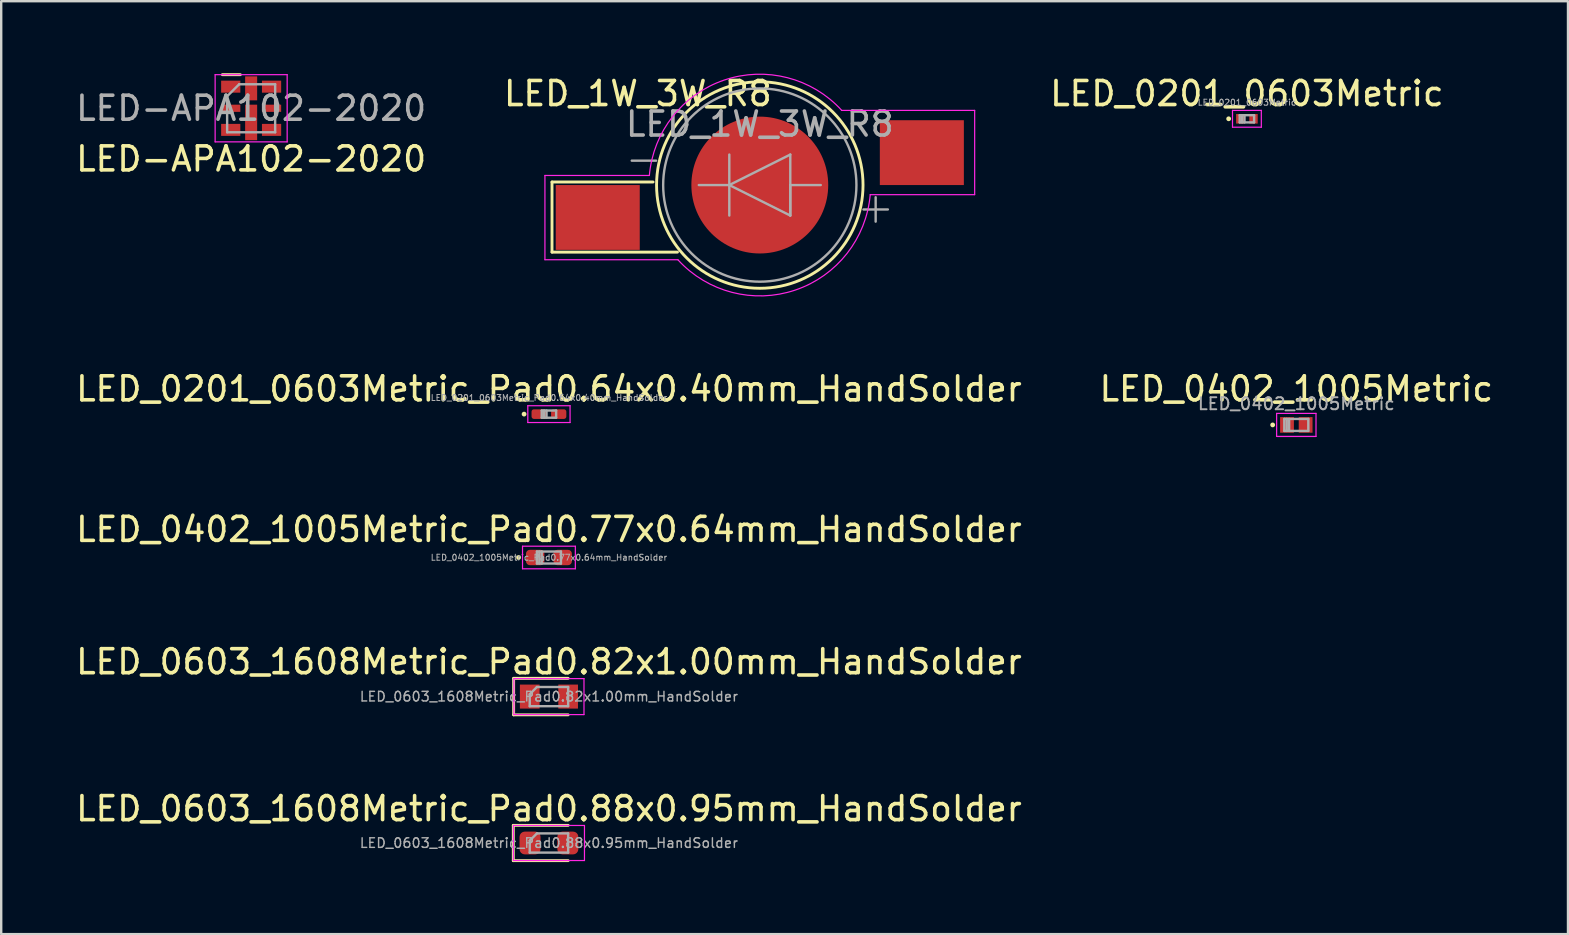
<source format=kicad_pcb>
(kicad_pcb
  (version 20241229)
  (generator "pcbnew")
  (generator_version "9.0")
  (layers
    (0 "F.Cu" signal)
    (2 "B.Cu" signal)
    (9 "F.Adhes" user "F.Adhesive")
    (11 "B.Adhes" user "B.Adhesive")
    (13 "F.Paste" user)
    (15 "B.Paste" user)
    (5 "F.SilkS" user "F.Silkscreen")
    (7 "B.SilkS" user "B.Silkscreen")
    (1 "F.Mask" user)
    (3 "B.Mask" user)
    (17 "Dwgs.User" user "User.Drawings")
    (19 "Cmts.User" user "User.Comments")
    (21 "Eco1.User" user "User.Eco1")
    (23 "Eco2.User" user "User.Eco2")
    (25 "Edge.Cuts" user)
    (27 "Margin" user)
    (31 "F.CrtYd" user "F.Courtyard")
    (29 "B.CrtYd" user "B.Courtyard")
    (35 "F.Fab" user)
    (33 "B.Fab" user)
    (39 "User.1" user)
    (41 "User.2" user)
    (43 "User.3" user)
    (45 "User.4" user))
  (footprint "LED_0201_0603Metric"
    (layer "F.Cu")
    (at 48.888 1.898)
    (property "Reference" "LED_0201_0603Metric" (at 0 -1.05 0) (layer "F.SilkS") (effects (font (size 1 1) (thickness 0.15))))
    (attr smd)
    (fp_circle (center -0.76 0) (end -0.71 0) (stroke (width 0.1) (type solid)) (fill no) (layer "F.SilkS"))
    (fp_line (start -0.6 -0.35) (end 0.6 -0.35) (stroke (width 0.05) (type solid)) (layer "F.CrtYd"))
    (fp_line (start -0.6 0.35) (end -0.6 -0.35) (stroke (width 0.05) (type solid)) (layer "F.CrtYd"))
    (fp_line (start 0.6 -0.35) (end 0.6 0.35) (stroke (width 0.05) (type solid)) (layer "F.CrtYd"))
    (fp_line (start 0.6 0.35) (end -0.6 0.35) (stroke (width 0.05) (type solid)) (layer "F.CrtYd"))
    (fp_line (start -0.3 -0.15) (end 0.3 -0.15) (stroke (width 0.1) (type solid)) (layer "F.Fab"))
    (fp_line (start -0.3 0.15) (end -0.3 -0.15) (stroke (width 0.1) (type solid)) (layer "F.Fab"))
    (fp_line (start -0.2 0.15) (end -0.2 -0.15) (stroke (width 0.1) (type solid)) (layer "F.Fab"))
    (fp_line (start -0.1 0.15) (end -0.1 -0.15) (stroke (width 0.1) (type solid)) (layer "F.Fab"))
    (fp_line (start 0.3 -0.15) (end 0.3 0.15) (stroke (width 0.1) (type solid)) (layer "F.Fab"))
    (fp_line (start 0.3 0.15) (end -0.3 0.15) (stroke (width 0.1) (type solid)) (layer "F.Fab"))
    (fp_text user "${REFERENCE}" (at 0 -0.68 0) (layer "F.Fab") (effects (font (size 0.25 0.25) (thickness 0.04))))
    (pad "" smd rect (at -0.3 0) (size 0.23 0.36) (layers "F.Paste"))
    (pad "" smd rect (at 0.3 0) (size 0.23 0.36) (layers "F.Paste"))
    (pad "1" smd rect (at -0.275 0) (size 0.35 0.4) (layers "F.Cu" "F.Mask"))
    (pad "2" smd rect (at 0.275 0) (size 0.35 0.4) (layers "F.Cu" "F.Mask")))
  (footprint "LED_1W_3W_R8"
    (layer "F.Cu")
    (at 28.598 4.658)
    (property "Reference" "LED_1W_3W_R8" (at -5.08 -3.81 0) (layer "F.SilkS") (effects (font (size 1 1) (thickness 0.15))))
    (attr smd)
    (fp_line (start -8.655 -0.127) (end -8.655 2.794) (stroke (width 0.12) (type solid)) (layer "F.SilkS"))
    (fp_line (start -8.655 2.794) (end -3.429 2.794) (stroke (width 0.12) (type solid)) (layer "F.SilkS"))
    (fp_line (start -4.445 -0.127) (end -8.655 -0.127) (stroke (width 0.12) (type solid)) (layer "F.SilkS"))
    (fp_circle (center 0 0) (end -4.3 0) (stroke (width 0.12) (type solid)) (fill no) (layer "F.SilkS"))
    (fp_line (start -8.95 -0.4) (end -8.95 3.11) (stroke (width 0.05) (type solid)) (layer "F.CrtYd"))
    (fp_line (start -8.95 3.11) (end -3.41 3.11) (stroke (width 0.05) (type solid)) (layer "F.CrtYd"))
    (fp_line (start -4.6 -0.4) (end -8.95 -0.4) (stroke (width 0.05) (type solid)) (layer "F.CrtYd"))
    (fp_line (start 3.41 -3.11) (end 8.95 -3.11) (stroke (width 0.05) (type solid)) (layer "F.CrtYd"))
    (fp_line (start 8.95 -3.11) (end 8.95 0.4) (stroke (width 0.05) (type solid)) (layer "F.CrtYd"))
    (fp_line (start 8.95 0.4) (end 4.6 0.4) (stroke (width 0.05) (type solid)) (layer "F.CrtYd"))
    (fp_arc (start -4.6 -0.4) (mid -1.480225 -4.373664) (end 3.411585 -3.111445) (stroke (width 0.05) (type solid)) (layer "F.CrtYd"))
    (fp_arc (start 4.6 0.4) (mid 1.480225 4.373664) (end -3.411585 3.111445) (stroke (width 0.05) (type solid)) (layer "F.CrtYd"))
    (fp_line (start -5.334 -1.016) (end -4.318 -1.016) (stroke (width 0.1) (type solid)) (layer "F.Fab"))
    (fp_line (start -2.54 0) (end -1.27 0) (stroke (width 0.1) (type solid)) (layer "F.Fab"))
    (fp_line (start -1.27 -1.27) (end -1.27 1.27) (stroke (width 0.1) (type solid)) (layer "F.Fab"))
    (fp_line (start -1.27 0) (end 1.27 -1.27) (stroke (width 0.1) (type solid)) (layer "F.Fab"))
    (fp_line (start -1.27 0) (end 1.27 1.27) (stroke (width 0.1) (type solid)) (layer "F.Fab"))
    (fp_line (start 1.27 -1.27) (end 1.27 1.27) (stroke (width 0.1) (type solid)) (layer "F.Fab"))
    (fp_line (start 1.27 0) (end 2.54 0) (stroke (width 0.1) (type solid)) (layer "F.Fab"))
    (fp_line (start 1.27 1.27) (end 1.27 0) (stroke (width 0.1) (type solid)) (layer "F.Fab"))
    (fp_line (start 4.318 1.016) (end 5.334 1.016) (stroke (width 0.1) (type solid)) (layer "F.Fab"))
    (fp_line (start 4.826 1.524) (end 4.826 0.508) (stroke (width 0.1) (type solid)) (layer "F.Fab"))
    (fp_circle (center 0 0) (end 4.025 0) (stroke (width 0.1) (type solid)) (fill no) (layer "F.Fab"))
    (fp_text user "${REFERENCE}" (at 0 -2.54 0) (layer "F.Fab") (effects (font (size 1 1) (thickness 0.15))))
    (pad "1" smd rect (at -6.75 1.35) (size 3.5 2.7) (layers "F.Cu" "F.Mask" "F.Paste"))
    (pad "2" smd rect (at 6.75 -1.35) (size 3.5 2.7) (layers "F.Cu" "F.Mask" "F.Paste"))
    (pad "3" smd circle (at 0 0) (size 5.7 5.7) (layers "F.Cu" "F.Mask" "F.Paste")))
  (footprint "LED_0603_1608Metric_Pad0.82x1.00mm_HandSolder"
    (layer "F.Cu")
    (at 19.815 25.965)
    (property "Reference" "LED_0603_1608Metric_Pad0.82x1.00mm_HandSolder" (at 0 -1.45 0) (layer "F.SilkS") (effects (font (size 1 1) (thickness 0.15))))
    (attr smd)
    (fp_line (start -1.47 -0.76) (end -1.47 0.76) (stroke (width 0.12) (type solid)) (layer "F.SilkS"))
    (fp_line (start -1.47 0.76) (end 0.8 0.76) (stroke (width 0.12) (type solid)) (layer "F.SilkS"))
    (fp_line (start 0.8 -0.76) (end -1.47 -0.76) (stroke (width 0.12) (type solid)) (layer "F.SilkS"))
    (fp_line (start -1.46 -0.75) (end 1.46 -0.75) (stroke (width 0.05) (type solid)) (layer "F.CrtYd"))
    (fp_line (start -1.46 0.75) (end -1.46 -0.75) (stroke (width 0.05) (type solid)) (layer "F.CrtYd"))
    (fp_line (start 1.46 -0.75) (end 1.46 0.75) (stroke (width 0.05) (type solid)) (layer "F.CrtYd"))
    (fp_line (start 1.46 0.75) (end -1.46 0.75) (stroke (width 0.05) (type solid)) (layer "F.CrtYd"))
    (fp_line (start -0.8 -0.1) (end -0.8 0.4) (stroke (width 0.1) (type solid)) (layer "F.Fab"))
    (fp_line (start -0.8 0.4) (end 0.8 0.4) (stroke (width 0.1) (type solid)) (layer "F.Fab"))
    (fp_line (start -0.5 -0.4) (end -0.8 -0.1) (stroke (width 0.1) (type solid)) (layer "F.Fab"))
    (fp_line (start 0.8 -0.4) (end -0.5 -0.4) (stroke (width 0.1) (type solid)) (layer "F.Fab"))
    (fp_line (start 0.8 0.4) (end 0.8 -0.4) (stroke (width 0.1) (type solid)) (layer "F.Fab"))
    (fp_text user "${REFERENCE}" (at 0 0 0) (layer "F.Fab") (effects (font (size 0.4 0.4) (thickness 0.06))))
    (pad "1" smd rect (at -0.8 0) (size 0.82 1) (layers "F.Cu" "F.Mask" "F.Paste"))
    (pad "2" smd rect (at 0.8 0) (size 0.82 1) (layers "F.Cu" "F.Mask" "F.Paste")))
  (footprint "LED_0402_1005Metric_Pad0.77x0.64mm_HandSolder"
    (layer "F.Cu")
    (at 19.815 20.172)
    (property "Reference" "LED_0402_1005Metric_Pad0.77x0.64mm_HandSolder" (at 0 -1.17 0) (layer "F.SilkS") (effects (font (size 1 1) (thickness 0.15))))
    (attr smd)
    (fp_circle (center -1.265 0) (end -1.215 0) (stroke (width 0.1) (type solid)) (fill no) (layer "F.SilkS"))
    (fp_line (start -1.1 -0.47) (end 1.1 -0.47) (stroke (width 0.05) (type solid)) (layer "F.CrtYd"))
    (fp_line (start -1.1 0.47) (end -1.1 -0.47) (stroke (width 0.05) (type solid)) (layer "F.CrtYd"))
    (fp_line (start 1.1 -0.47) (end 1.1 0.47) (stroke (width 0.05) (type solid)) (layer "F.CrtYd"))
    (fp_line (start 1.1 0.47) (end -1.1 0.47) (stroke (width 0.05) (type solid)) (layer "F.CrtYd"))
    (fp_line (start -0.5 -0.25) (end 0.5 -0.25) (stroke (width 0.1) (type solid)) (layer "F.Fab"))
    (fp_line (start -0.5 0.25) (end -0.5 -0.25) (stroke (width 0.1) (type solid)) (layer "F.Fab"))
    (fp_line (start -0.4 0.25) (end -0.4 -0.25) (stroke (width 0.1) (type solid)) (layer "F.Fab"))
    (fp_line (start -0.3 0.25) (end -0.3 -0.25) (stroke (width 0.1) (type solid)) (layer "F.Fab"))
    (fp_line (start 0.5 -0.25) (end 0.5 0.25) (stroke (width 0.1) (type solid)) (layer "F.Fab"))
    (fp_line (start 0.5 0.25) (end -0.5 0.25) (stroke (width 0.1) (type solid)) (layer "F.Fab"))
    (fp_text user "${REFERENCE}" (at 0 0 0) (layer "F.Fab") (effects (font (size 0.25 0.25) (thickness 0.04))))
    (pad "1" smd roundrect (at -0.573 0) (size 0.765 0.64) (layers "F.Cu" "F.Mask" "F.Paste") (roundrect_rratio 0.25))
    (pad "2" smd roundrect (at 0.573 0) (size 0.765 0.64) (layers "F.Cu" "F.Mask" "F.Paste") (roundrect_rratio 0.25)))
  (footprint "LED_0603_1608Metric_Pad0.88x0.95mm_HandSolder"
    (layer "F.Cu")
    (at 19.815 32.064)
    (property "Reference" "LED_0603_1608Metric_Pad0.88x0.95mm_HandSolder" (at 0 -1.43 0) (layer "F.SilkS") (effects (font (size 1 1) (thickness 0.15))))
    (attr smd)
    (fp_line (start -1.485 -0.735) (end -1.485 0.735) (stroke (width 0.12) (type solid)) (layer "F.SilkS"))
    (fp_line (start -1.485 0.735) (end 0.8 0.735) (stroke (width 0.12) (type solid)) (layer "F.SilkS"))
    (fp_line (start 0.8 -0.735) (end -1.485 -0.735) (stroke (width 0.12) (type solid)) (layer "F.SilkS"))
    (fp_line (start -1.48 -0.73) (end 1.48 -0.73) (stroke (width 0.05) (type solid)) (layer "F.CrtYd"))
    (fp_line (start -1.48 0.73) (end -1.48 -0.73) (stroke (width 0.05) (type solid)) (layer "F.CrtYd"))
    (fp_line (start 1.48 -0.73) (end 1.48 0.73) (stroke (width 0.05) (type solid)) (layer "F.CrtYd"))
    (fp_line (start 1.48 0.73) (end -1.48 0.73) (stroke (width 0.05) (type solid)) (layer "F.CrtYd"))
    (fp_line (start -0.8 -0.1) (end -0.8 0.4) (stroke (width 0.1) (type solid)) (layer "F.Fab"))
    (fp_line (start -0.8 0.4) (end 0.8 0.4) (stroke (width 0.1) (type solid)) (layer "F.Fab"))
    (fp_line (start -0.5 -0.4) (end -0.8 -0.1) (stroke (width 0.1) (type solid)) (layer "F.Fab"))
    (fp_line (start 0.8 -0.4) (end -0.5 -0.4) (stroke (width 0.1) (type solid)) (layer "F.Fab"))
    (fp_line (start 0.8 0.4) (end 0.8 -0.4) (stroke (width 0.1) (type solid)) (layer "F.Fab"))
    (fp_text user "${REFERENCE}" (at 0 0 0) (layer "F.Fab") (effects (font (size 0.4 0.4) (thickness 0.06))))
    (pad "1" smd roundrect (at -0.787 0) (size 0.875 0.95) (layers "F.Cu" "F.Mask" "F.Paste") (roundrect_rratio 0.25))
    (pad "2" smd roundrect (at 0.787 0) (size 0.875 0.95) (layers "F.Cu" "F.Mask" "F.Paste") (roundrect_rratio 0.25)))
  (footprint "LED_0402_1005Metric"
    (layer "F.Cu")
    (at 50.946 14.649)
    (property "Reference" "LED_0402_1005Metric" (at 0 -1.5 0) (layer "F.SilkS") (effects (font (size 1 1) (thickness 0.15))))
    (attr smd)
    (fp_circle (center -0.985 0) (end -0.935 0) (stroke (width 0.1) (type solid)) (fill no) (layer "F.SilkS"))
    (fp_line (start -0.82 -0.48) (end 0.82 -0.48) (stroke (width 0.05) (type solid)) (layer "F.CrtYd"))
    (fp_line (start -0.82 0.48) (end -0.82 -0.48) (stroke (width 0.05) (type solid)) (layer "F.CrtYd"))
    (fp_line (start 0.82 -0.48) (end 0.82 0.48) (stroke (width 0.05) (type solid)) (layer "F.CrtYd"))
    (fp_line (start 0.82 0.48) (end -0.82 0.48) (stroke (width 0.05) (type solid)) (layer "F.CrtYd"))
    (fp_line (start -0.5 -0.25) (end 0.5 -0.25) (stroke (width 0.1) (type solid)) (layer "F.Fab"))
    (fp_line (start -0.5 0.25) (end -0.5 -0.25) (stroke (width 0.1) (type solid)) (layer "F.Fab"))
    (fp_line (start -0.4 0.25) (end -0.4 -0.25) (stroke (width 0.1) (type solid)) (layer "F.Fab"))
    (fp_line (start -0.3 0.25) (end -0.3 -0.25) (stroke (width 0.1) (type solid)) (layer "F.Fab"))
    (fp_line (start 0.5 -0.25) (end 0.5 0.25) (stroke (width 0.1) (type solid)) (layer "F.Fab"))
    (fp_line (start 0.5 0.25) (end -0.5 0.25) (stroke (width 0.1) (type solid)) (layer "F.Fab"))
    (fp_text user "${REFERENCE}" (at 0 -0.88 0) (layer "F.Fab") (effects (font (size 0.5 0.5) (thickness 0.08))))
    (pad "1" smd rect (at -0.388 0) (size 0.575 0.65) (layers "F.Cu" "F.Mask" "F.Paste"))
    (pad "2" smd rect (at 0.388 0) (size 0.575 0.65) (layers "F.Cu" "F.Mask" "F.Paste")))
  (footprint "LED_0201_0603Metric_Pad0.64x0.40mm_HandSolder"
    (layer "F.Cu")
    (at 19.815 14.199)
    (property "Reference" "LED_0201_0603Metric_Pad0.64x0.40mm_HandSolder" (at 0 -1.05 0) (layer "F.SilkS") (effects (font (size 1 1) (thickness 0.15))))
    (attr smd)
    (fp_circle (center -1.035 0) (end -0.985 0) (stroke (width 0.1) (type solid)) (fill no) (layer "F.SilkS"))
    (fp_line (start -0.88 -0.35) (end 0.88 -0.35) (stroke (width 0.05) (type solid)) (layer "F.CrtYd"))
    (fp_line (start -0.88 0.35) (end -0.88 -0.35) (stroke (width 0.05) (type solid)) (layer "F.CrtYd"))
    (fp_line (start 0.88 -0.35) (end 0.88 0.35) (stroke (width 0.05) (type solid)) (layer "F.CrtYd"))
    (fp_line (start 0.88 0.35) (end -0.88 0.35) (stroke (width 0.05) (type solid)) (layer "F.CrtYd"))
    (fp_line (start -0.3 -0.15) (end 0.3 -0.15) (stroke (width 0.1) (type solid)) (layer "F.Fab"))
    (fp_line (start -0.3 0.15) (end -0.3 -0.15) (stroke (width 0.1) (type solid)) (layer "F.Fab"))
    (fp_line (start -0.2 0.15) (end -0.2 -0.15) (stroke (width 0.1) (type solid)) (layer "F.Fab"))
    (fp_line (start -0.1 0.15) (end -0.1 -0.15) (stroke (width 0.1) (type solid)) (layer "F.Fab"))
    (fp_line (start 0.3 -0.15) (end 0.3 0.15) (stroke (width 0.1) (type solid)) (layer "F.Fab"))
    (fp_line (start 0.3 0.15) (end -0.3 0.15) (stroke (width 0.1) (type solid)) (layer "F.Fab"))
    (fp_text user "${REFERENCE}" (at 0 -0.68 0) (layer "F.Fab") (effects (font (size 0.25 0.25) (thickness 0.04))))
    (pad "" smd roundrect (at -0.432 0) (size 0.458 0.36) (layers "F.Paste") (roundrect_rratio 0.25))
    (pad "" smd roundrect (at 0.432 0) (size 0.458 0.36) (layers "F.Paste") (roundrect_rratio 0.25))
    (pad "1" smd roundrect (at -0.407 0) (size 0.635 0.4) (layers "F.Cu" "F.Mask") (roundrect_rratio 0.25))
    (pad "2" smd roundrect (at 0.407 0) (size 0.635 0.4) (layers "F.Cu" "F.Mask") (roundrect_rratio 0.25)))
  (footprint "LED-APA102-2020"
    (layer "F.Cu")
    (at 7.411 1.46)
    (property "Reference" "LED-APA102-2020" (at 0 2.11 0) (layer "F.SilkS") (effects (font (size 1 1) (thickness 0.15))))
    (attr smd)
    (fp_line (start -1.2 -1.4) (end -0.45 -1.4) (stroke (width 0.12) (type solid)) (layer "F.SilkS"))
    (fp_line (start -1.5 -1.4) (end -1.5 1.4) (stroke (width 0.05) (type solid)) (layer "F.CrtYd"))
    (fp_line (start -1.5 -1.4) (end 1.5 -1.4) (stroke (width 0.05) (type solid)) (layer "F.CrtYd"))
    (fp_line (start -1.5 1.4) (end 1.5 1.4) (stroke (width 0.05) (type solid)) (layer "F.CrtYd"))
    (fp_line (start 1.5 -1.4) (end 1.5 1.4) (stroke (width 0.05) (type solid)) (layer "F.CrtYd"))
    (fp_line (start -1 1) (end -1 -0.5) (stroke (width 0.1) (type solid)) (layer "F.Fab"))
    (fp_line (start -0.5 -1) (end -1 -0.5) (stroke (width 0.1) (type solid)) (layer "F.Fab"))
    (fp_line (start -0.5 -1) (end 1 -1) (stroke (width 0.1) (type solid)) (layer "F.Fab"))
    (fp_line (start 1 -1) (end 1 1) (stroke (width 0.1) (type solid)) (layer "F.Fab"))
    (fp_line (start 1 1) (end -1 1) (stroke (width 0.1) (type solid)) (layer "F.Fab"))
    (fp_text user "${REFERENCE}" (at 0 0 0) (layer "F.Fab") (effects (font (size 1 1) (thickness 0.15))))
    (pad "1" smd rect (at -0.85 -0.9) (size 0.8 0.5) (layers "F.Cu" "F.Mask" "F.Paste"))
    (pad "1" smd rect (at 0 -0.83 90) (size 1 0.5) (layers "F.Cu" "F.Mask" "F.Paste"))
    (pad "2" smd rect (at -0.85 0) (size 0.8 0.3) (layers "F.Cu" "F.Mask" "F.Paste"))
    (pad "3" smd rect (at -0.85 0.9) (size 0.8 0.5) (layers "F.Cu" "F.Mask" "F.Paste"))
    (pad "4" smd rect (at 0.85 0.9) (size 0.8 0.5) (layers "F.Cu" "F.Mask" "F.Paste"))
    (pad "5" smd rect (at 0.85 0) (size 0.8 0.3) (layers "F.Cu" "F.Mask" "F.Paste"))
    (pad "6" smd rect (at 0 0.59 90) (size 1.48 0.5) (layers "F.Cu" "F.Mask" "F.Paste"))
    (pad "6" smd rect (at 0.85 -0.9) (size 0.8 0.5) (layers "F.Cu" "F.Mask" "F.Paste")))
  (gr_rect
    (start -3 -3)
    (end 62.262 35.859)
    (stroke (width 0.1) (type default))
    (fill no)
    (layer "Edge.Cuts")))
</source>
